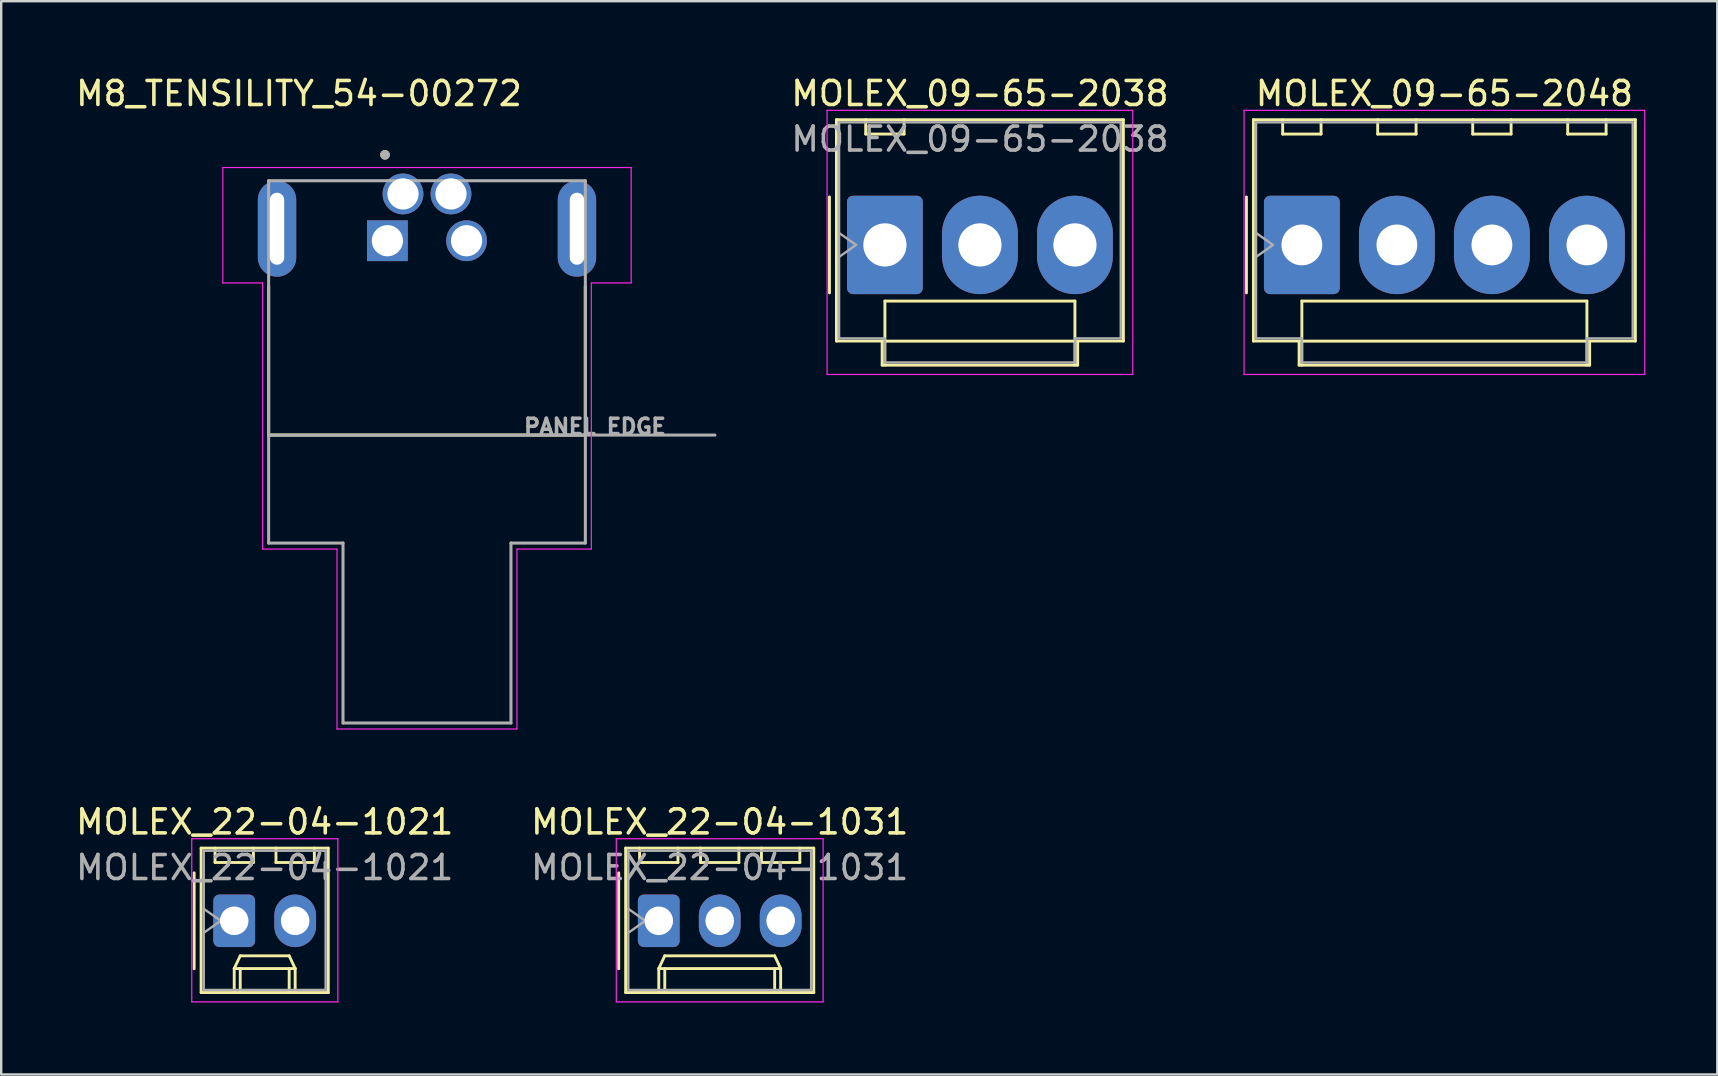
<source format=kicad_pcb>
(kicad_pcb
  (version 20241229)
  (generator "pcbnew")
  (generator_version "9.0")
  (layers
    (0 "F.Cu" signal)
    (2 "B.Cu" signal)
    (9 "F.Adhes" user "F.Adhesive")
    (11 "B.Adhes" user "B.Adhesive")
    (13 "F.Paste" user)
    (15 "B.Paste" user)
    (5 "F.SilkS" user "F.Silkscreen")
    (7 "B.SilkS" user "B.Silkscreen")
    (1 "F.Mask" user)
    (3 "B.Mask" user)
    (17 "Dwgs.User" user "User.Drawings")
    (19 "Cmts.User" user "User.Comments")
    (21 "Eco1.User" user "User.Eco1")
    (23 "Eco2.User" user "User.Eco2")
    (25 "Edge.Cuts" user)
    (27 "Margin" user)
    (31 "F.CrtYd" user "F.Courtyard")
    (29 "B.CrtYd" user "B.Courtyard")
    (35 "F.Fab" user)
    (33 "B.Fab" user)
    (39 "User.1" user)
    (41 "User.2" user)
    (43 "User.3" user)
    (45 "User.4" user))
  (footprint "MOLEX_09-65-2038"
    (layer "F.Cu")
    (at 33.831 7.158)
    (property "Reference" "MOLEX_09-65-2038" (at 3.96 -6.31 0) (layer "F.SilkS") (effects (font (size 1 1) (thickness 0.15))))
    (attr through_hole)
    (fp_line (start -2.31 -2) (end -2.31 2) (stroke (width 0.12) (type solid)) (layer "F.SilkS"))
    (fp_line (start -2.02 -5.22) (end 9.94 -5.22) (stroke (width 0.12) (type solid)) (layer "F.SilkS"))
    (fp_line (start -2.02 4.005) (end -2.02 -5.22) (stroke (width 0.12) (type solid)) (layer "F.SilkS"))
    (fp_line (start -0.8 -5.22) (end -0.8 -4.62) (stroke (width 0.12) (type solid)) (layer "F.SilkS"))
    (fp_line (start -0.8 -4.62) (end 0.8 -4.62) (stroke (width 0.12) (type solid)) (layer "F.SilkS"))
    (fp_line (start -0.115 4.005) (end -2.02 4.005) (stroke (width 0.12) (type solid)) (layer "F.SilkS"))
    (fp_line (start -0.115 5.01) (end -0.115 4.005) (stroke (width 0.12) (type solid)) (layer "F.SilkS"))
    (fp_line (start 0 2.34) (end 7.92 2.34) (stroke (width 0.12) (type solid)) (layer "F.SilkS"))
    (fp_line (start 0 4.01) (end 0 2.34) (stroke (width 0.12) (type solid)) (layer "F.SilkS"))
    (fp_line (start 0 4.01) (end 7.92 4.01) (stroke (width 0.12) (type solid)) (layer "F.SilkS"))
    (fp_line (start 0 5.01) (end 0 4.01) (stroke (width 0.12) (type solid)) (layer "F.SilkS"))
    (fp_line (start 0.8 -4.62) (end 0.8 -5.22) (stroke (width 0.12) (type solid)) (layer "F.SilkS"))
    (fp_line (start 7.92 2.34) (end 7.92 4.01) (stroke (width 0.12) (type solid)) (layer "F.SilkS"))
    (fp_line (start 7.92 4.01) (end 7.92 5.01) (stroke (width 0.12) (type solid)) (layer "F.SilkS"))
    (fp_line (start 8.035 4.005) (end 8.035 5.01) (stroke (width 0.12) (type solid)) (layer "F.SilkS"))
    (fp_line (start 8.035 5.01) (end -0.115 5.01) (stroke (width 0.12) (type solid)) (layer "F.SilkS"))
    (fp_line (start 9.94 -5.22) (end 9.94 4.005) (stroke (width 0.12) (type solid)) (layer "F.SilkS"))
    (fp_line (start 9.94 4.005) (end 8.035 4.005) (stroke (width 0.12) (type solid)) (layer "F.SilkS"))
    (fp_line (start -2.41 -5.61) (end -2.41 5.4) (stroke (width 0.05) (type solid)) (layer "F.CrtYd"))
    (fp_line (start -2.41 5.4) (end 10.33 5.4) (stroke (width 0.05) (type solid)) (layer "F.CrtYd"))
    (fp_line (start 10.33 -5.61) (end -2.41 -5.61) (stroke (width 0.05) (type solid)) (layer "F.CrtYd"))
    (fp_line (start 10.33 5.4) (end 10.33 -5.61) (stroke (width 0.05) (type solid)) (layer "F.CrtYd"))
    (fp_line (start -1.91 -5.11) (end 9.83 -5.11) (stroke (width 0.1) (type solid)) (layer "F.Fab"))
    (fp_line (start -1.91 -0.5) (end -1.203 0) (stroke (width 0.1) (type solid)) (layer "F.Fab"))
    (fp_line (start -1.91 3.895) (end -1.91 -5.11) (stroke (width 0.1) (type solid)) (layer "F.Fab"))
    (fp_line (start -1.203 0) (end -1.91 0.5) (stroke (width 0.1) (type solid)) (layer "F.Fab"))
    (fp_line (start -0.005 3.895) (end -1.91 3.895) (stroke (width 0.1) (type solid)) (layer "F.Fab"))
    (fp_line (start -0.005 4.9) (end -0.005 3.895) (stroke (width 0.1) (type solid)) (layer "F.Fab"))
    (fp_line (start 7.925 3.895) (end 7.925 4.9) (stroke (width 0.1) (type solid)) (layer "F.Fab"))
    (fp_line (start 7.925 4.9) (end -0.005 4.9) (stroke (width 0.1) (type solid)) (layer "F.Fab"))
    (fp_line (start 9.83 -5.11) (end 9.83 3.895) (stroke (width 0.1) (type solid)) (layer "F.Fab"))
    (fp_line (start 9.83 3.895) (end 7.925 3.895) (stroke (width 0.1) (type solid)) (layer "F.Fab"))
    (fp_text user "${REFERENCE}" (at 3.96 -4.41 0) (layer "F.Fab") (effects (font (size 1 1) (thickness 0.15))))
    (pad "1" thru_hole roundrect (at 0 0) (size 3.16 4.1) (drill 1.8) (layers "*.Cu" "*.Mask") (roundrect_rratio 0.079))
    (pad "2" thru_hole oval (at 3.96 0) (size 3.16 4.1) (drill 1.8) (layers "*.Cu" "*.Mask"))
    (pad "3" thru_hole oval (at 7.92 0) (size 3.16 4.1) (drill 1.8) (layers "*.Cu" "*.Mask")))
  (footprint "MOLEX_09-65-2048"
    (layer "F.Cu")
    (at 51.209 7.158)
    (property "Reference" "MOLEX_09-65-2048" (at 5.94 -6.31 0) (layer "F.SilkS") (effects (font (size 1 1) (thickness 0.15))))
    (attr through_hole)
    (fp_line (start -2.31 -2) (end -2.31 2) (stroke (width 0.12) (type solid)) (layer "F.SilkS"))
    (fp_line (start -2.02 -5.22) (end 13.9 -5.22) (stroke (width 0.12) (type solid)) (layer "F.SilkS"))
    (fp_line (start -2.02 4.005) (end -2.02 -5.22) (stroke (width 0.12) (type solid)) (layer "F.SilkS"))
    (fp_line (start -0.8 -5.22) (end -0.8 -4.62) (stroke (width 0.12) (type solid)) (layer "F.SilkS"))
    (fp_line (start -0.8 -4.62) (end 0.8 -4.62) (stroke (width 0.12) (type solid)) (layer "F.SilkS"))
    (fp_line (start -0.115 4.005) (end -2.02 4.005) (stroke (width 0.12) (type solid)) (layer "F.SilkS"))
    (fp_line (start -0.115 5.01) (end -0.115 4.005) (stroke (width 0.12) (type solid)) (layer "F.SilkS"))
    (fp_line (start 0 2.34) (end 11.88 2.34) (stroke (width 0.12) (type solid)) (layer "F.SilkS"))
    (fp_line (start 0 4.01) (end 0 2.34) (stroke (width 0.12) (type solid)) (layer "F.SilkS"))
    (fp_line (start 0 4.01) (end 11.88 4.01) (stroke (width 0.12) (type solid)) (layer "F.SilkS"))
    (fp_line (start 0 5.01) (end 0 4.01) (stroke (width 0.12) (type solid)) (layer "F.SilkS"))
    (fp_line (start 0.8 -4.62) (end 0.8 -5.22) (stroke (width 0.12) (type solid)) (layer "F.SilkS"))
    (fp_line (start 3.16 -5.22) (end 3.16 -4.62) (stroke (width 0.12) (type solid)) (layer "F.SilkS"))
    (fp_line (start 3.16 -4.62) (end 4.76 -4.62) (stroke (width 0.12) (type solid)) (layer "F.SilkS"))
    (fp_line (start 4.76 -4.62) (end 4.76 -5.22) (stroke (width 0.12) (type solid)) (layer "F.SilkS"))
    (fp_line (start 7.12 -5.22) (end 7.12 -4.62) (stroke (width 0.12) (type solid)) (layer "F.SilkS"))
    (fp_line (start 7.12 -4.62) (end 8.72 -4.62) (stroke (width 0.12) (type solid)) (layer "F.SilkS"))
    (fp_line (start 8.72 -4.62) (end 8.72 -5.22) (stroke (width 0.12) (type solid)) (layer "F.SilkS"))
    (fp_line (start 11.08 -5.22) (end 11.08 -4.62) (stroke (width 0.12) (type solid)) (layer "F.SilkS"))
    (fp_line (start 11.08 -4.62) (end 12.68 -4.62) (stroke (width 0.12) (type solid)) (layer "F.SilkS"))
    (fp_line (start 11.88 2.34) (end 11.88 4.01) (stroke (width 0.12) (type solid)) (layer "F.SilkS"))
    (fp_line (start 11.88 4.01) (end 11.88 5.01) (stroke (width 0.12) (type solid)) (layer "F.SilkS"))
    (fp_line (start 11.995 4.005) (end 11.995 5.01) (stroke (width 0.12) (type solid)) (layer "F.SilkS"))
    (fp_line (start 11.995 5.01) (end -0.115 5.01) (stroke (width 0.12) (type solid)) (layer "F.SilkS"))
    (fp_line (start 12.68 -4.62) (end 12.68 -5.22) (stroke (width 0.12) (type solid)) (layer "F.SilkS"))
    (fp_line (start 13.9 -5.22) (end 13.9 4.005) (stroke (width 0.12) (type solid)) (layer "F.SilkS"))
    (fp_line (start 13.9 4.005) (end 11.995 4.005) (stroke (width 0.12) (type solid)) (layer "F.SilkS"))
    (fp_line (start -2.41 -5.61) (end -2.41 5.4) (stroke (width 0.05) (type solid)) (layer "F.CrtYd"))
    (fp_line (start -2.41 5.4) (end 14.29 5.4) (stroke (width 0.05) (type solid)) (layer "F.CrtYd"))
    (fp_line (start 14.29 -5.61) (end -2.41 -5.61) (stroke (width 0.05) (type solid)) (layer "F.CrtYd"))
    (fp_line (start 14.29 5.4) (end 14.29 -5.61) (stroke (width 0.05) (type solid)) (layer "F.CrtYd"))
    (fp_line (start -1.91 -5.11) (end 13.79 -5.11) (stroke (width 0.1) (type solid)) (layer "F.Fab"))
    (fp_line (start -1.91 -0.5) (end -1.203 0) (stroke (width 0.1) (type solid)) (layer "F.Fab"))
    (fp_line (start -1.91 3.895) (end -1.91 -5.11) (stroke (width 0.1) (type solid)) (layer "F.Fab"))
    (fp_line (start -1.203 0) (end -1.91 0.5) (stroke (width 0.1) (type solid)) (layer "F.Fab"))
    (fp_line (start -0.005 3.895) (end -1.91 3.895) (stroke (width 0.1) (type solid)) (layer "F.Fab"))
    (fp_line (start -0.005 4.9) (end -0.005 3.895) (stroke (width 0.1) (type solid)) (layer "F.Fab"))
    (fp_line (start 11.885 3.895) (end 11.885 4.9) (stroke (width 0.1) (type solid)) (layer "F.Fab"))
    (fp_line (start 11.885 4.9) (end -0.005 4.9) (stroke (width 0.1) (type solid)) (layer "F.Fab"))
    (fp_line (start 13.79 -5.11) (end 13.79 3.895) (stroke (width 0.1) (type solid)) (layer "F.Fab"))
    (fp_line (start 13.79 3.895) (end 11.885 3.895) (stroke (width 0.1) (type solid)) (layer "F.Fab"))
    (pad "1" thru_hole roundrect (at 0 0) (size 3.16 4.1) (drill 1.7) (layers "*.Cu" "*.Mask") (roundrect_rratio 0.079))
    (pad "2" thru_hole oval (at 3.96 0) (size 3.16 4.1) (drill 1.7) (layers "*.Cu" "*.Mask"))
    (pad "3" thru_hole oval (at 7.92 0) (size 3.16 4.1) (drill 1.7) (layers "*.Cu" "*.Mask"))
    (pad "4" thru_hole oval (at 11.88 0) (size 3.16 4.1) (drill 1.7) (layers "*.Cu" "*.Mask")))
  (footprint "MOLEX_22-04-1021"
    (layer "F.Cu")
    (at 6.712 35.327)
    (property "Reference" "MOLEX_22-04-1021" (at 1.27 -4.12 0) (layer "F.SilkS") (effects (font (size 1 1) (thickness 0.15))))
    (attr through_hole)
    (fp_line (start -1.67 -2) (end -1.67 2) (stroke (width 0.12) (type solid)) (layer "F.SilkS"))
    (fp_line (start -1.38 -3.03) (end -1.38 2.99) (stroke (width 0.12) (type solid)) (layer "F.SilkS"))
    (fp_line (start -1.38 2.99) (end 3.92 2.99) (stroke (width 0.12) (type solid)) (layer "F.SilkS"))
    (fp_line (start -0.8 -3.03) (end -0.8 -2.43) (stroke (width 0.12) (type solid)) (layer "F.SilkS"))
    (fp_line (start -0.8 -2.43) (end 0.8 -2.43) (stroke (width 0.12) (type solid)) (layer "F.SilkS"))
    (fp_line (start 0 1.99) (end 0.25 1.46) (stroke (width 0.12) (type solid)) (layer "F.SilkS"))
    (fp_line (start 0 1.99) (end 2.54 1.99) (stroke (width 0.12) (type solid)) (layer "F.SilkS"))
    (fp_line (start 0 2.99) (end 0 1.99) (stroke (width 0.12) (type solid)) (layer "F.SilkS"))
    (fp_line (start 0.25 1.46) (end 2.29 1.46) (stroke (width 0.12) (type solid)) (layer "F.SilkS"))
    (fp_line (start 0.25 2.99) (end 0.25 1.99) (stroke (width 0.12) (type solid)) (layer "F.SilkS"))
    (fp_line (start 0.8 -2.43) (end 0.8 -3.03) (stroke (width 0.12) (type solid)) (layer "F.SilkS"))
    (fp_line (start 1.74 -3.03) (end 1.74 -2.43) (stroke (width 0.12) (type solid)) (layer "F.SilkS"))
    (fp_line (start 1.74 -2.43) (end 3.34 -2.43) (stroke (width 0.12) (type solid)) (layer "F.SilkS"))
    (fp_line (start 2.29 1.46) (end 2.54 1.99) (stroke (width 0.12) (type solid)) (layer "F.SilkS"))
    (fp_line (start 2.29 2.99) (end 2.29 1.99) (stroke (width 0.12) (type solid)) (layer "F.SilkS"))
    (fp_line (start 2.54 1.99) (end 2.54 2.99) (stroke (width 0.12) (type solid)) (layer "F.SilkS"))
    (fp_line (start 3.34 -2.43) (end 3.34 -3.03) (stroke (width 0.12) (type solid)) (layer "F.SilkS"))
    (fp_line (start 3.92 -3.03) (end -1.38 -3.03) (stroke (width 0.12) (type solid)) (layer "F.SilkS"))
    (fp_line (start 3.92 2.99) (end 3.92 -3.03) (stroke (width 0.12) (type solid)) (layer "F.SilkS"))
    (fp_line (start -1.77 -3.42) (end -1.77 3.38) (stroke (width 0.05) (type solid)) (layer "F.CrtYd"))
    (fp_line (start -1.77 3.38) (end 4.32 3.38) (stroke (width 0.05) (type solid)) (layer "F.CrtYd"))
    (fp_line (start 4.32 -3.42) (end -1.77 -3.42) (stroke (width 0.05) (type solid)) (layer "F.CrtYd"))
    (fp_line (start 4.32 3.38) (end 4.32 -3.42) (stroke (width 0.05) (type solid)) (layer "F.CrtYd"))
    (fp_line (start -1.27 -2.92) (end -1.27 2.88) (stroke (width 0.1) (type solid)) (layer "F.Fab"))
    (fp_line (start -1.27 -0.5) (end -0.563 0) (stroke (width 0.1) (type solid)) (layer "F.Fab"))
    (fp_line (start -1.27 2.88) (end 3.81 2.88) (stroke (width 0.1) (type solid)) (layer "F.Fab"))
    (fp_line (start -0.563 0) (end -1.27 0.5) (stroke (width 0.1) (type solid)) (layer "F.Fab"))
    (fp_line (start 3.81 -2.92) (end -1.27 -2.92) (stroke (width 0.1) (type solid)) (layer "F.Fab"))
    (fp_line (start 3.81 2.88) (end 3.81 -2.92) (stroke (width 0.1) (type solid)) (layer "F.Fab"))
    (fp_text user "${REFERENCE}" (at 1.27 -2.22 0) (layer "F.Fab") (effects (font (size 1 1) (thickness 0.15))))
    (pad "1" thru_hole roundrect (at 0 0) (size 1.74 2.19) (drill 1.19) (layers "*.Cu" "*.Mask") (roundrect_rratio 0.144))
    (pad "2" thru_hole oval (at 2.54 0) (size 1.74 2.19) (drill 1.19) (layers "*.Cu" "*.Mask")))
  (footprint "MOLEX_22-04-1031"
    (layer "F.Cu")
    (at 24.406 35.327)
    (property "Reference" "MOLEX_22-04-1031" (at 2.54 -4.12 0) (layer "F.SilkS") (effects (font (size 1 1) (thickness 0.15))))
    (attr through_hole)
    (fp_line (start -1.67 -2) (end -1.67 2) (stroke (width 0.12) (type solid)) (layer "F.SilkS"))
    (fp_line (start -1.38 -3.03) (end -1.38 2.99) (stroke (width 0.12) (type solid)) (layer "F.SilkS"))
    (fp_line (start -1.38 2.99) (end 6.46 2.99) (stroke (width 0.12) (type solid)) (layer "F.SilkS"))
    (fp_line (start -0.8 -3.03) (end -0.8 -2.43) (stroke (width 0.12) (type solid)) (layer "F.SilkS"))
    (fp_line (start -0.8 -2.43) (end 0.8 -2.43) (stroke (width 0.12) (type solid)) (layer "F.SilkS"))
    (fp_line (start 0 1.99) (end 0.25 1.46) (stroke (width 0.12) (type solid)) (layer "F.SilkS"))
    (fp_line (start 0 1.99) (end 5.08 1.99) (stroke (width 0.12) (type solid)) (layer "F.SilkS"))
    (fp_line (start 0 2.99) (end 0 1.99) (stroke (width 0.12) (type solid)) (layer "F.SilkS"))
    (fp_line (start 0.25 1.46) (end 4.83 1.46) (stroke (width 0.12) (type solid)) (layer "F.SilkS"))
    (fp_line (start 0.25 2.99) (end 0.25 1.99) (stroke (width 0.12) (type solid)) (layer "F.SilkS"))
    (fp_line (start 0.8 -2.43) (end 0.8 -3.03) (stroke (width 0.12) (type solid)) (layer "F.SilkS"))
    (fp_line (start 1.74 -3.03) (end 1.74 -2.43) (stroke (width 0.12) (type solid)) (layer "F.SilkS"))
    (fp_line (start 1.74 -2.43) (end 3.34 -2.43) (stroke (width 0.12) (type solid)) (layer "F.SilkS"))
    (fp_line (start 3.34 -2.43) (end 3.34 -3.03) (stroke (width 0.12) (type solid)) (layer "F.SilkS"))
    (fp_line (start 4.28 -3.03) (end 4.28 -2.43) (stroke (width 0.12) (type solid)) (layer "F.SilkS"))
    (fp_line (start 4.28 -2.43) (end 5.88 -2.43) (stroke (width 0.12) (type solid)) (layer "F.SilkS"))
    (fp_line (start 4.83 1.46) (end 5.08 1.99) (stroke (width 0.12) (type solid)) (layer "F.SilkS"))
    (fp_line (start 4.83 2.99) (end 4.83 1.99) (stroke (width 0.12) (type solid)) (layer "F.SilkS"))
    (fp_line (start 5.08 1.99) (end 5.08 2.99) (stroke (width 0.12) (type solid)) (layer "F.SilkS"))
    (fp_line (start 5.88 -2.43) (end 5.88 -3.03) (stroke (width 0.12) (type solid)) (layer "F.SilkS"))
    (fp_line (start 6.46 -3.03) (end -1.38 -3.03) (stroke (width 0.12) (type solid)) (layer "F.SilkS"))
    (fp_line (start 6.46 2.99) (end 6.46 -3.03) (stroke (width 0.12) (type solid)) (layer "F.SilkS"))
    (fp_line (start -1.77 -3.42) (end -1.77 3.38) (stroke (width 0.05) (type solid)) (layer "F.CrtYd"))
    (fp_line (start -1.77 3.38) (end 6.85 3.38) (stroke (width 0.05) (type solid)) (layer "F.CrtYd"))
    (fp_line (start 6.85 -3.42) (end -1.77 -3.42) (stroke (width 0.05) (type solid)) (layer "F.CrtYd"))
    (fp_line (start 6.85 3.38) (end 6.85 -3.42) (stroke (width 0.05) (type solid)) (layer "F.CrtYd"))
    (fp_line (start -1.27 -2.92) (end -1.27 2.88) (stroke (width 0.1) (type solid)) (layer "F.Fab"))
    (fp_line (start -1.27 -0.5) (end -0.563 0) (stroke (width 0.1) (type solid)) (layer "F.Fab"))
    (fp_line (start -1.27 2.88) (end 6.35 2.88) (stroke (width 0.1) (type solid)) (layer "F.Fab"))
    (fp_line (start -0.563 0) (end -1.27 0.5) (stroke (width 0.1) (type solid)) (layer "F.Fab"))
    (fp_line (start 6.35 -2.92) (end -1.27 -2.92) (stroke (width 0.1) (type solid)) (layer "F.Fab"))
    (fp_line (start 6.35 2.88) (end 6.35 -2.92) (stroke (width 0.1) (type solid)) (layer "F.Fab"))
    (fp_text user "${REFERENCE}" (at 2.54 -2.22 0) (layer "F.Fab") (effects (font (size 1 1) (thickness 0.15))))
    (pad "1" thru_hole roundrect (at 0 0) (size 1.74 2.19) (drill 1.19) (layers "*.Cu" "*.Mask") (roundrect_rratio 0.144))
    (pad "2" thru_hole oval (at 2.54 0) (size 1.74 2.19) (drill 1.19) (layers "*.Cu" "*.Mask"))
    (pad "3" thru_hole oval (at 5.08 0) (size 1.74 2.19) (drill 1.19) (layers "*.Cu" "*.Mask")))
  (footprint "M8_TENSILITY_54-00272"
    (layer "F.Cu")
    (at 14.746 6.483)
    (property "Reference" "M8_TENSILITY_54-00272" (at -5.335 -5.635 0) (layer "F.SilkS") (effects (font (size 1 1) (thickness 0.15))))
    (attr through_hole)
    (fp_line (start -6.6 2.4) (end -6.6 8.6) (stroke (width 0.127) (type solid)) (layer "F.SilkS"))
    (fp_line (start -6.6 8.6) (end 6.6 8.6) (stroke (width 0.127) (type solid)) (layer "F.SilkS"))
    (fp_line (start 6.6 8.6) (end 6.6 2.4) (stroke (width 0.127) (type solid)) (layer "F.SilkS"))
    (fp_circle (center -1.75 -3.08) (end -1.65 -3.08) (stroke (width 0.2) (type solid)) (fill no) (layer "F.SilkS"))
    (fp_line (start -8.51 -2.55) (end 8.51 -2.55) (stroke (width 0.05) (type solid)) (layer "F.CrtYd"))
    (fp_line (start -8.51 2.26) (end -8.51 -2.55) (stroke (width 0.05) (type solid)) (layer "F.CrtYd"))
    (fp_line (start -6.85 2.26) (end -8.51 2.26) (stroke (width 0.05) (type solid)) (layer "F.CrtYd"))
    (fp_line (start -6.85 13.35) (end -6.85 2.26) (stroke (width 0.05) (type solid)) (layer "F.CrtYd"))
    (fp_line (start -3.75 13.35) (end -6.85 13.35) (stroke (width 0.05) (type solid)) (layer "F.CrtYd"))
    (fp_line (start -3.75 20.85) (end -3.75 13.35) (stroke (width 0.05) (type solid)) (layer "F.CrtYd"))
    (fp_line (start 3.75 13.35) (end 3.75 20.85) (stroke (width 0.05) (type solid)) (layer "F.CrtYd"))
    (fp_line (start 3.75 20.85) (end -3.75 20.85) (stroke (width 0.05) (type solid)) (layer "F.CrtYd"))
    (fp_line (start 6.85 2.26) (end 6.85 13.35) (stroke (width 0.05) (type solid)) (layer "F.CrtYd"))
    (fp_line (start 6.85 13.35) (end 3.75 13.35) (stroke (width 0.05) (type solid)) (layer "F.CrtYd"))
    (fp_line (start 8.51 -2.55) (end 8.51 2.26) (stroke (width 0.05) (type solid)) (layer "F.CrtYd"))
    (fp_line (start 8.51 2.26) (end 6.85 2.26) (stroke (width 0.05) (type solid)) (layer "F.CrtYd"))
    (fp_line (start -6.6 -2) (end 6.6 -2) (stroke (width 0.127) (type solid)) (layer "F.Fab"))
    (fp_line (start -6.6 8.6) (end -6.6 -2) (stroke (width 0.127) (type solid)) (layer "F.Fab"))
    (fp_line (start -6.6 8.6) (end -6.6 13.1) (stroke (width 0.127) (type solid)) (layer "F.Fab"))
    (fp_line (start -6.6 13.1) (end -3.5 13.1) (stroke (width 0.127) (type solid)) (layer "F.Fab"))
    (fp_line (start -3.5 13.1) (end -3.5 20.6) (stroke (width 0.127) (type solid)) (layer "F.Fab"))
    (fp_line (start -3.5 20.6) (end 3.5 20.6) (stroke (width 0.127) (type solid)) (layer "F.Fab"))
    (fp_line (start 3.5 13.1) (end 6.6 13.1) (stroke (width 0.127) (type solid)) (layer "F.Fab"))
    (fp_line (start 3.5 20.6) (end 3.5 13.1) (stroke (width 0.127) (type solid)) (layer "F.Fab"))
    (fp_line (start 6.6 -2) (end 6.6 8.6) (stroke (width 0.127) (type solid)) (layer "F.Fab"))
    (fp_line (start 6.6 8.6) (end -6.6 8.6) (stroke (width 0.127) (type solid)) (layer "F.Fab"))
    (fp_line (start 6.6 8.6) (end 12 8.6) (stroke (width 0.127) (type solid)) (layer "F.Fab"))
    (fp_line (start 6.6 13.1) (end 6.6 8.6) (stroke (width 0.127) (type solid)) (layer "F.Fab"))
    (fp_circle (center -1.75 -3.08) (end -1.65 -3.08) (stroke (width 0.2) (type solid)) (fill no) (layer "F.Fab"))
    (fp_text user "PANEL EDGE" (at 7 8.25 0) (layer "F.Fab") (effects (font (size 0.64 0.64) (thickness 0.15))))
    (pad "1" thru_hole rect (at -1.65 0.5) (size 1.7 1.7) (drill 1.3) (layers "*.Cu" "*.Mask"))
    (pad "2" thru_hole circle (at -1 -1.45) (size 1.7 1.7) (drill 1.3) (layers "*.Cu" "*.Mask"))
    (pad "3" thru_hole circle (at 1.65 0.5) (size 1.7 1.7) (drill 1.3) (layers "*.Cu" "*.Mask"))
    (pad "4" thru_hole circle (at 1 -1.45) (size 1.7 1.7) (drill 1.3) (layers "*.Cu" "*.Mask"))
    (pad "SH" thru_hole oval (at -6.25 0) (size 1.6 4) (drill oval 0.6 3) (layers "*.Cu" "*.Mask"))
    (pad "SH" thru_hole oval (at 6.25 0) (size 1.6 4) (drill oval 0.6 3) (layers "*.Cu" "*.Mask")))
  (gr_rect
    (start -3 -3)
    (end 68.523 41.731)
    (stroke (width 0.1) (type default))
    (fill no)
    (layer "Edge.Cuts")))
</source>
